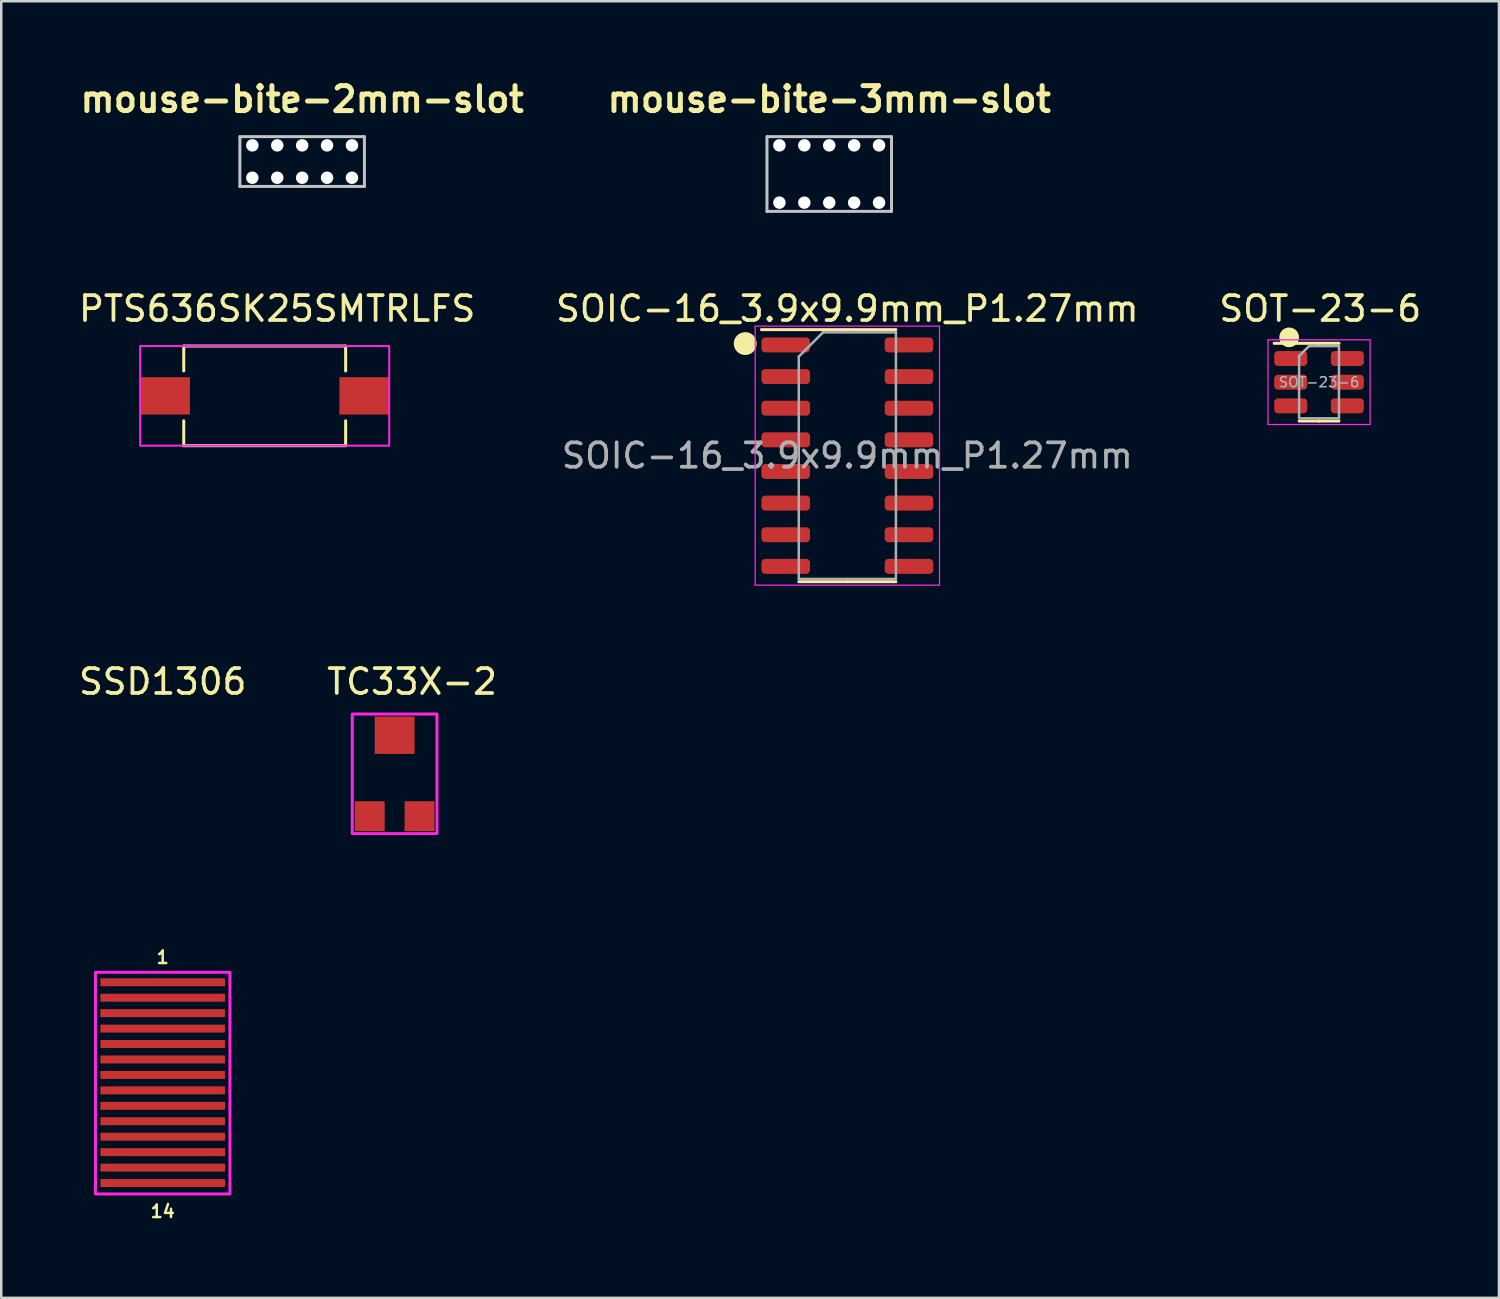
<source format=kicad_pcb>
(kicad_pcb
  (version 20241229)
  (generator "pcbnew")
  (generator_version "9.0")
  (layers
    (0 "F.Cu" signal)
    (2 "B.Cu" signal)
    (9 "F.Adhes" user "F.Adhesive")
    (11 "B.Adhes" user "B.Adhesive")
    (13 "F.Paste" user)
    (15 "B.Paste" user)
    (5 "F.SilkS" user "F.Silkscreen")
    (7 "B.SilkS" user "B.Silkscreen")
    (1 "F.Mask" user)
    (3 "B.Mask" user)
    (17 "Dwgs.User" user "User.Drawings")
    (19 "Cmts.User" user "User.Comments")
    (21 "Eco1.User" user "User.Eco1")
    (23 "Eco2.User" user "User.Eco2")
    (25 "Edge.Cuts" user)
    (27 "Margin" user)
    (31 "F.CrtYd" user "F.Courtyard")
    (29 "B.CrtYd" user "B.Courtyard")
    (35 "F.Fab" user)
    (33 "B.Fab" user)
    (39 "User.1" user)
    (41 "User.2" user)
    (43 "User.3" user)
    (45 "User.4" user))
  (footprint "SOIC-16_3.9x9.9mm_P1.27mm"
    (layer "F.Cu")
    (at 30.97 15.244)
    (property "Reference" "SOIC-16_3.9x9.9mm_P1.27mm" (at 0 -5.9 0) (layer "F.SilkS") (effects (font (size 1 1) (thickness 0.15))))
    (attr smd)
    (fp_line (start 0 -5.06) (end -3.45 -5.06) (stroke (width 0.12) (type solid)) (layer "F.SilkS"))
    (fp_line (start 0 -5.06) (end 1.95 -5.06) (stroke (width 0.12) (type solid)) (layer "F.SilkS"))
    (fp_line (start 0 5.06) (end -1.95 5.06) (stroke (width 0.12) (type solid)) (layer "F.SilkS"))
    (fp_line (start 0 5.06) (end 1.95 5.06) (stroke (width 0.12) (type solid)) (layer "F.SilkS"))
    (fp_circle (center -4.1 -4.5) (end -3.7 -4.5) (stroke (width 0.12) (type solid)) (fill yes) (layer "F.SilkS"))
    (fp_line (start -3.7 -5.2) (end -3.7 5.2) (stroke (width 0.05) (type solid)) (layer "F.CrtYd"))
    (fp_line (start -3.7 5.2) (end 3.7 5.2) (stroke (width 0.05) (type solid)) (layer "F.CrtYd"))
    (fp_line (start 3.7 -5.2) (end -3.7 -5.2) (stroke (width 0.05) (type solid)) (layer "F.CrtYd"))
    (fp_line (start 3.7 5.2) (end 3.7 -5.2) (stroke (width 0.05) (type solid)) (layer "F.CrtYd"))
    (fp_line (start -1.95 -3.975) (end -0.975 -4.95) (stroke (width 0.1) (type solid)) (layer "F.Fab"))
    (fp_line (start -1.95 4.95) (end -1.95 -3.975) (stroke (width 0.1) (type solid)) (layer "F.Fab"))
    (fp_line (start -0.975 -4.95) (end 1.95 -4.95) (stroke (width 0.1) (type solid)) (layer "F.Fab"))
    (fp_line (start 1.95 -4.95) (end 1.95 4.95) (stroke (width 0.1) (type solid)) (layer "F.Fab"))
    (fp_line (start 1.95 4.95) (end -1.95 4.95) (stroke (width 0.1) (type solid)) (layer "F.Fab"))
    (fp_text user "${REFERENCE}" (at 0 0 0) (layer "F.Fab") (effects (font (size 0.98 0.98) (thickness 0.15))))
    (pad "1" smd roundrect (at -2.475 -4.445) (size 1.95 0.6) (layers "F.Cu" "F.Mask" "F.Paste") (roundrect_rratio 0.25))
    (pad "2" smd roundrect (at -2.475 -3.175) (size 1.95 0.6) (layers "F.Cu" "F.Mask" "F.Paste") (roundrect_rratio 0.25))
    (pad "3" smd roundrect (at -2.475 -1.905) (size 1.95 0.6) (layers "F.Cu" "F.Mask" "F.Paste") (roundrect_rratio 0.25))
    (pad "4" smd roundrect (at -2.475 -0.635) (size 1.95 0.6) (layers "F.Cu" "F.Mask" "F.Paste") (roundrect_rratio 0.25))
    (pad "5" smd roundrect (at -2.475 0.635) (size 1.95 0.6) (layers "F.Cu" "F.Mask" "F.Paste") (roundrect_rratio 0.25))
    (pad "6" smd roundrect (at -2.475 1.905) (size 1.95 0.6) (layers "F.Cu" "F.Mask" "F.Paste") (roundrect_rratio 0.25))
    (pad "7" smd roundrect (at -2.475 3.175) (size 1.95 0.6) (layers "F.Cu" "F.Mask" "F.Paste") (roundrect_rratio 0.25))
    (pad "8" smd roundrect (at -2.475 4.445) (size 1.95 0.6) (layers "F.Cu" "F.Mask" "F.Paste") (roundrect_rratio 0.25))
    (pad "9" smd roundrect (at 2.475 4.445) (size 1.95 0.6) (layers "F.Cu" "F.Mask" "F.Paste") (roundrect_rratio 0.25))
    (pad "10" smd roundrect (at 2.475 3.175) (size 1.95 0.6) (layers "F.Cu" "F.Mask" "F.Paste") (roundrect_rratio 0.25))
    (pad "11" smd roundrect (at 2.475 1.905) (size 1.95 0.6) (layers "F.Cu" "F.Mask" "F.Paste") (roundrect_rratio 0.25))
    (pad "12" smd roundrect (at 2.475 0.635) (size 1.95 0.6) (layers "F.Cu" "F.Mask" "F.Paste") (roundrect_rratio 0.25))
    (pad "13" smd roundrect (at 2.475 -0.635) (size 1.95 0.6) (layers "F.Cu" "F.Mask" "F.Paste") (roundrect_rratio 0.25))
    (pad "14" smd roundrect (at 2.475 -1.905) (size 1.95 0.6) (layers "F.Cu" "F.Mask" "F.Paste") (roundrect_rratio 0.25))
    (pad "15" smd roundrect (at 2.475 -3.175) (size 1.95 0.6) (layers "F.Cu" "F.Mask" "F.Paste") (roundrect_rratio 0.25))
    (pad "16" smd roundrect (at 2.475 -4.445) (size 1.95 0.6) (layers "F.Cu" "F.Mask" "F.Paste") (roundrect_rratio 0.25)))
  (footprint "mouse-bite-2mm-slot"
    (layer "F.Cu")
    (at 9.081 3.436)
    (property "Reference" "mouse-bite-2mm-slot" (at 0 -2.5 0) (layer "F.SilkS") (effects (font (size 1 1) (thickness 0.2))))
    (attr through_hole)
    (fp_line (start -2.5 -1) (end 2.5 -1) (stroke (width 0.12) (type solid)) (layer "Dwgs.User"))
    (fp_line (start -2.5 1) (end -2.5 -1) (stroke (width 0.12) (type solid)) (layer "Dwgs.User"))
    (fp_line (start 2.5 -1) (end 2.5 1) (stroke (width 0.12) (type solid)) (layer "Dwgs.User"))
    (fp_line (start 2.5 1) (end -2.5 1) (stroke (width 0.12) (type solid)) (layer "Dwgs.User"))
    (pad "" np_thru_hole circle (at -2 -0.65) (size 0.5 0.5) (drill 0.5) (layers "*.Cu" "*.Mask"))
    (pad "" np_thru_hole circle (at -2 0.65) (size 0.5 0.5) (drill 0.5) (layers "*.Cu" "*.Mask"))
    (pad "" np_thru_hole circle (at -1 -0.65) (size 0.5 0.5) (drill 0.5) (layers "*.Cu" "*.Mask"))
    (pad "" np_thru_hole circle (at -1 0.65) (size 0.5 0.5) (drill 0.5) (layers "*.Cu" "*.Mask"))
    (pad "" np_thru_hole circle (at 0 -0.65) (size 0.5 0.5) (drill 0.5) (layers "*.Cu" "*.Mask"))
    (pad "" np_thru_hole circle (at 0 0.65) (size 0.5 0.5) (drill 0.5) (layers "*.Cu" "*.Mask"))
    (pad "" np_thru_hole circle (at 1 -0.65) (size 0.5 0.5) (drill 0.5) (layers "*.Cu" "*.Mask"))
    (pad "" np_thru_hole circle (at 1 0.65) (size 0.5 0.5) (drill 0.5) (layers "*.Cu" "*.Mask"))
    (pad "" np_thru_hole circle (at 2 -0.65) (size 0.5 0.5) (drill 0.5) (layers "*.Cu" "*.Mask"))
    (pad "" np_thru_hole circle (at 2 0.65) (size 0.5 0.5) (drill 0.5) (layers "*.Cu" "*.Mask")))
  (footprint "PTS636SK25SMTRLFS"
    (layer "F.Cu")
    (at 7.577 12.844)
    (property "Reference" "PTS636SK25SMTRLFS" (at 0.5 -3.5 0) (unlocked yes) (layer "F.SilkS") (effects (font (size 1 1) (thickness 0.15))))
    (attr smd)
    (fp_line (start -3.25 -2) (end 3.25 -2) (stroke (width 0.12) (type solid)) (layer "F.SilkS"))
    (fp_line (start -3.25 -1) (end -3.25 -2) (stroke (width 0.12) (type solid)) (layer "F.SilkS"))
    (fp_line (start -3.25 2) (end -3.25 1) (stroke (width 0.12) (type solid)) (layer "F.SilkS"))
    (fp_line (start 3.25 -2) (end 3.25 -1) (stroke (width 0.12) (type solid)) (layer "F.SilkS"))
    (fp_line (start 3.25 1) (end 3.25 2) (stroke (width 0.12) (type solid)) (layer "F.SilkS"))
    (fp_line (start 3.25 2) (end -3.25 2) (stroke (width 0.12) (type solid)) (layer "F.SilkS"))
    (fp_rect (start -5 -2) (end 5 2) (stroke (width 0.08) (type solid)) (fill no) (layer "F.CrtYd"))
    (pad "1" smd rect (at -4 0) (size 2 1.5) (layers "F.Cu" "F.Mask" "F.Paste"))
    (pad "2" smd rect (at 4 0) (size 2 1.5) (layers "F.Cu" "F.Mask" "F.Paste")))
  (footprint "TC33X-2"
    (layer "F.Cu")
    (at 12.794 27.918)
    (property "Reference" "TC33X-2" (at 0.7 -3.6 0) (unlocked yes) (layer "F.SilkS") (effects (font (size 1 1) (thickness 0.15))))
    (attr smd)
    (fp_rect (start -1.7 -2.3) (end 1.7 2.5) (stroke (width 0.12) (type solid)) (fill no) (layer "F.CrtYd"))
    (pad "1" smd rect (at -1 1.8) (size 1.2 1.2) (layers "F.Cu" "F.Mask" "F.Paste"))
    (pad "2" smd rect (at 0 -1.45) (size 1.6 1.5) (layers "F.Cu" "F.Mask" "F.Paste"))
    (pad "3" smd rect (at 1 1.8) (size 1.2 1.2) (layers "F.Cu" "F.Mask" "F.Paste")))
  (footprint "mouse-bite-3mm-slot"
    (layer "F.Cu")
    (at 30.243 3.936)
    (property "Reference" "mouse-bite-3mm-slot" (at 0 -3 0) (layer "F.SilkS") (effects (font (size 1 1) (thickness 0.2))))
    (attr through_hole)
    (fp_line (start -2.5 -1.5) (end 2.5 -1.5) (stroke (width 0.12) (type solid)) (layer "Dwgs.User"))
    (fp_line (start -2.5 1.5) (end -2.5 -1.5) (stroke (width 0.12) (type solid)) (layer "Dwgs.User"))
    (fp_line (start 2.5 -1.5) (end 2.5 1.5) (stroke (width 0.12) (type solid)) (layer "Dwgs.User"))
    (fp_line (start 2.5 1.5) (end -2.5 1.5) (stroke (width 0.12) (type solid)) (layer "Dwgs.User"))
    (pad "" np_thru_hole circle (at -2 -1.15) (size 0.5 0.5) (drill 0.5) (layers "*.Cu" "*.Mask"))
    (pad "" np_thru_hole circle (at -2 1.15) (size 0.5 0.5) (drill 0.5) (layers "*.Cu" "*.Mask"))
    (pad "" np_thru_hole circle (at -1 -1.15) (size 0.5 0.5) (drill 0.5) (layers "*.Cu" "*.Mask"))
    (pad "" np_thru_hole circle (at -1 1.15) (size 0.5 0.5) (drill 0.5) (layers "*.Cu" "*.Mask"))
    (pad "" np_thru_hole circle (at 0 -1.15) (size 0.5 0.5) (drill 0.5) (layers "*.Cu" "*.Mask"))
    (pad "" np_thru_hole circle (at 0 1.15) (size 0.5 0.5) (drill 0.5) (layers "*.Cu" "*.Mask"))
    (pad "" np_thru_hole circle (at 1 -1.15) (size 0.5 0.5) (drill 0.5) (layers "*.Cu" "*.Mask"))
    (pad "" np_thru_hole circle (at 1 1.15) (size 0.5 0.5) (drill 0.5) (layers "*.Cu" "*.Mask"))
    (pad "" np_thru_hole circle (at 2 -1.15) (size 0.5 0.5) (drill 0.5) (layers "*.Cu" "*.Mask"))
    (pad "" np_thru_hole circle (at 2 1.15) (size 0.5 0.5) (drill 0.5) (layers "*.Cu" "*.Mask")))
  (footprint "SSD1306"
    (layer "F.Cu")
    (at 3.482 40.417)
    (property "Reference" "SSD1306" (at 0 -16.1 0) (unlocked yes) (layer "F.SilkS") (effects (font (size 1 1) (thickness 0.15))))
    (attr smd)
    (fp_rect (start -2.7 -4.43) (end 2.7 4.47) (stroke (width 0.12) (type solid)) (fill no) (layer "F.CrtYd"))
    (fp_text user "14" (at 0 5.17 0) (unlocked yes) (layer "F.SilkS") (effects (font (size 0.5 0.5) (thickness 0.1))))
    (fp_text user "1" (at 0 -5.03 0) (unlocked yes) (layer "F.SilkS") (effects (font (size 0.5 0.5) (thickness 0.1))))
    (pad "1" smd rect (at 0 -4.03) (size 5 0.32) (layers "F.Cu" "F.Mask" "F.Paste"))
    (pad "2" smd rect (at 0 -3.41) (size 5 0.32) (layers "F.Cu" "F.Mask" "F.Paste"))
    (pad "3" smd rect (at 0 -2.79) (size 5 0.32) (layers "F.Cu" "F.Mask" "F.Paste"))
    (pad "4" smd rect (at 0 -2.17) (size 5 0.32) (layers "F.Cu" "F.Mask" "F.Paste"))
    (pad "5" smd rect (at 0 -1.55) (size 5 0.32) (layers "F.Cu" "F.Mask" "F.Paste"))
    (pad "6" smd rect (at 0 -0.93) (size 5 0.32) (layers "F.Cu" "F.Mask" "F.Paste"))
    (pad "7" smd rect (at 0 -0.31) (size 5 0.32) (layers "F.Cu" "F.Mask" "F.Paste"))
    (pad "8" smd rect (at 0 0.31) (size 5 0.32) (layers "F.Cu" "F.Mask" "F.Paste"))
    (pad "9" smd rect (at 0 0.93) (size 5 0.32) (layers "F.Cu" "F.Mask" "F.Paste"))
    (pad "10" smd rect (at 0 1.55) (size 5 0.32) (layers "F.Cu" "F.Mask" "F.Paste"))
    (pad "11" smd rect (at 0 2.17) (size 5 0.32) (layers "F.Cu" "F.Mask" "F.Paste"))
    (pad "12" smd rect (at 0 2.79) (size 5 0.32) (layers "F.Cu" "F.Mask" "F.Paste"))
    (pad "13" smd rect (at 0 3.41) (size 5 0.32) (layers "F.Cu" "F.Mask" "F.Paste"))
    (pad "14" smd rect (at 0 4.03) (size 5 0.32) (layers "F.Cu" "F.Mask" "F.Paste")))
  (footprint "SOT-23-6"
    (layer "F.Cu")
    (at 49.908 12.294)
    (property "Reference" "SOT-23-6" (at 0.05 -2.95 0) (layer "F.SilkS") (effects (font (size 1 1) (thickness 0.15))))
    (attr smd)
    (fp_line (start 0 -1.56) (end -1.8 -1.56) (stroke (width 0.12) (type solid)) (layer "F.SilkS"))
    (fp_line (start 0 -1.56) (end 0.8 -1.56) (stroke (width 0.12) (type solid)) (layer "F.SilkS"))
    (fp_line (start 0 1.56) (end -0.8 1.56) (stroke (width 0.12) (type solid)) (layer "F.SilkS"))
    (fp_line (start 0 1.56) (end 0.8 1.56) (stroke (width 0.12) (type solid)) (layer "F.SilkS"))
    (fp_circle (center -1.2 -1.8) (end -0.865 -1.8) (stroke (width 0.12) (type solid)) (fill yes) (layer "F.SilkS"))
    (fp_line (start -2.05 -1.7) (end -2.05 1.7) (stroke (width 0.05) (type solid)) (layer "F.CrtYd"))
    (fp_line (start -2.05 1.7) (end 2.05 1.7) (stroke (width 0.05) (type solid)) (layer "F.CrtYd"))
    (fp_line (start 2.05 -1.7) (end -2.05 -1.7) (stroke (width 0.05) (type solid)) (layer "F.CrtYd"))
    (fp_line (start 2.05 1.7) (end 2.05 -1.7) (stroke (width 0.05) (type solid)) (layer "F.CrtYd"))
    (fp_line (start -0.8 -1.05) (end -0.4 -1.45) (stroke (width 0.1) (type solid)) (layer "F.Fab"))
    (fp_line (start -0.8 1.45) (end -0.8 -1.05) (stroke (width 0.1) (type solid)) (layer "F.Fab"))
    (fp_line (start -0.4 -1.45) (end 0.8 -1.45) (stroke (width 0.1) (type solid)) (layer "F.Fab"))
    (fp_line (start 0.8 -1.45) (end 0.8 1.45) (stroke (width 0.1) (type solid)) (layer "F.Fab"))
    (fp_line (start 0.8 1.45) (end -0.8 1.45) (stroke (width 0.1) (type solid)) (layer "F.Fab"))
    (fp_text user "${REFERENCE}" (at 0 0 0) (layer "F.Fab") (effects (font (size 0.4 0.4) (thickness 0.06))))
    (pad "1" smd roundrect (at -1.137 -0.95) (size 1.325 0.6) (layers "F.Cu" "F.Mask" "F.Paste") (roundrect_rratio 0.25))
    (pad "2" smd roundrect (at -1.137 0) (size 1.325 0.6) (layers "F.Cu" "F.Mask" "F.Paste") (roundrect_rratio 0.25))
    (pad "3" smd roundrect (at -1.137 0.95) (size 1.325 0.6) (layers "F.Cu" "F.Mask" "F.Paste") (roundrect_rratio 0.25))
    (pad "4" smd roundrect (at 1.137 0.95) (size 1.325 0.6) (layers "F.Cu" "F.Mask" "F.Paste") (roundrect_rratio 0.25))
    (pad "5" smd roundrect (at 1.137 0) (size 1.325 0.6) (layers "F.Cu" "F.Mask" "F.Paste") (roundrect_rratio 0.25))
    (pad "6" smd roundrect (at 1.137 -0.95) (size 1.325 0.6) (layers "F.Cu" "F.Mask" "F.Paste") (roundrect_rratio 0.25)))
  (gr_rect
    (start -3 -3)
    (end 57.131 49.056)
    (stroke (width 0.1) (type default))
    (fill no)
    (layer "Edge.Cuts")))
</source>
